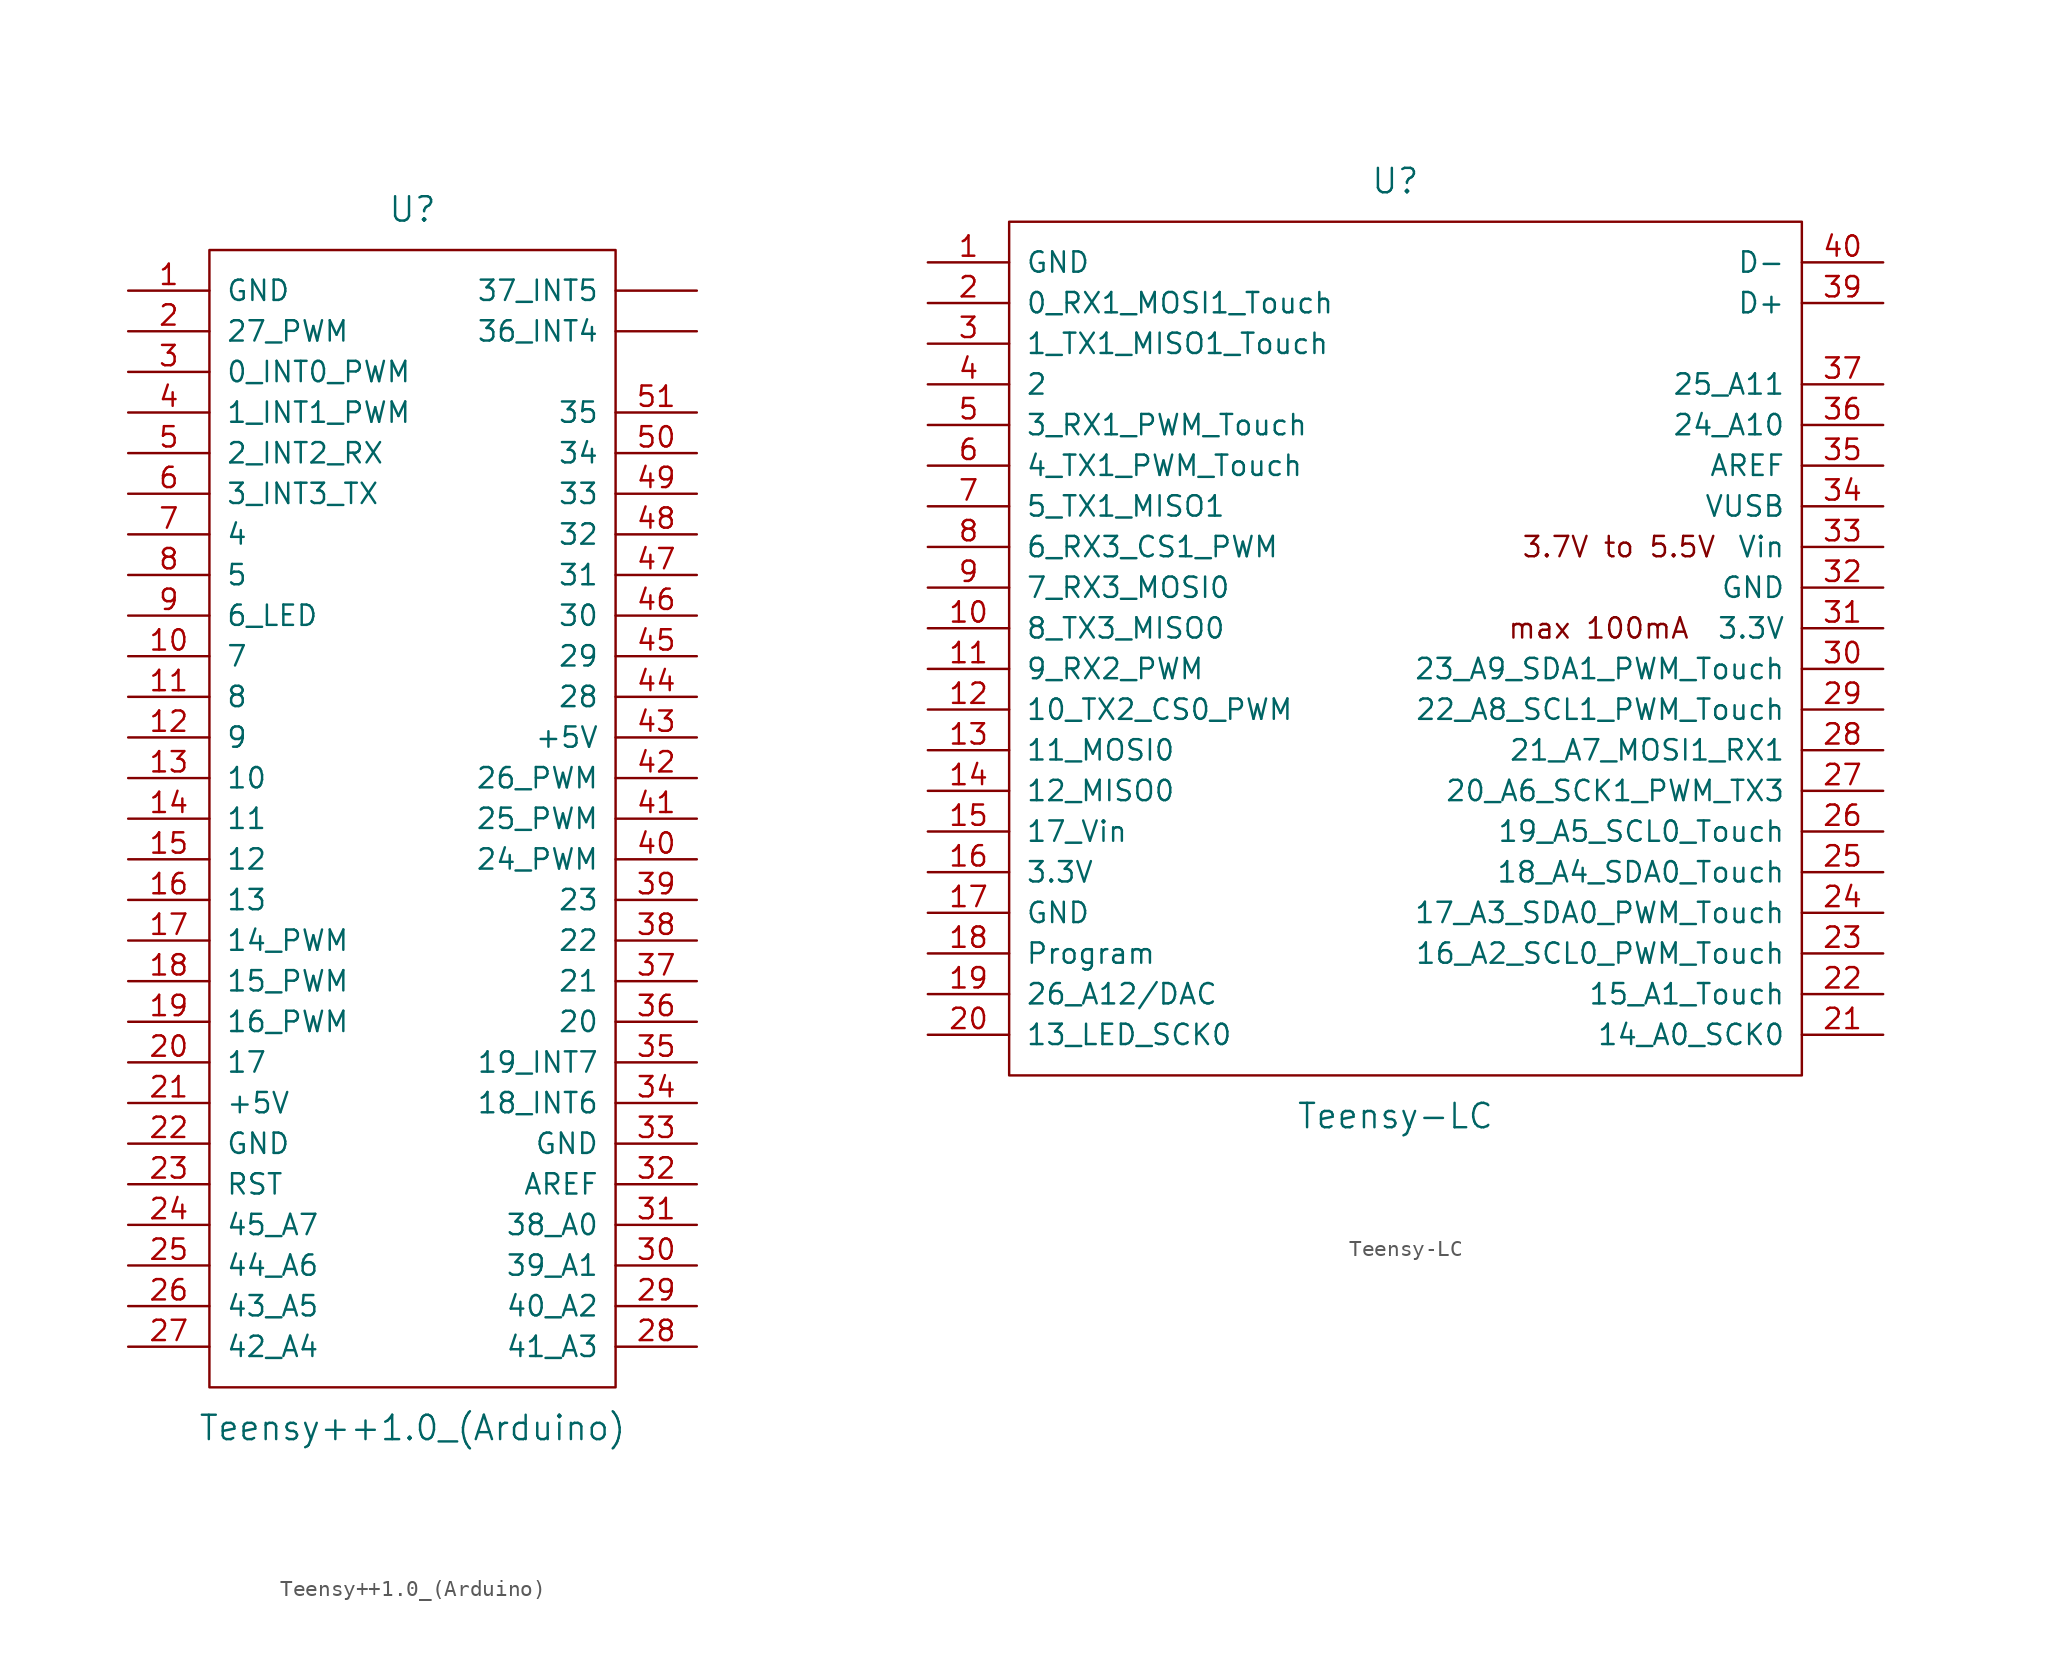
<source format=kicad_sym>
(kicad_symbol_lib
  (version 20241209)
  (generator "kicad_symbol_editor")
  (generator_version "9.0")
  (symbol "Teensy++1.0_(Arduino)"
    (pin_names
      (offset 1.016))
    (property "Reference" "U"
      (at 0 38.1 0)
      (effects (font (size 1.524 1.524))))
    (property "Value" "Teensy++1.0_(Arduino)"
      (at 0 -38.1 0)
      (effects (font (size 1.524 1.524))))
    (property "Footprint" ""
      (at 2.54 -20.32 0)
      (effects (font (size 1.524 1.524))))
    (property "Datasheet" ""
      (at 2.54 -20.32 0)
      (effects (font (size 1.524 1.524))))
    (symbol "Teensy++1.0_(Arduino)_0_1"
      (rectangle (start -12.7 35.56) (end 12.7 -35.56) (stroke (width 0) (type solid)) (fill (type none))))
    (symbol "Teensy++1.0_(Arduino)_1_1"
      (pin power_in line (at -17.78 33.02 0) (length 5.08) (name "GND" (effects (font (size 1.27 1.27)))) (number "1" (effects (font (size 1.27 1.27)))))
      (pin bidirectional line (at -17.78 30.48 0) (length 5.08) (name "27_PWM" (effects (font (size 1.27 1.27)))) (number "2" (effects (font (size 1.27 1.27)))))
      (pin bidirectional line (at -17.78 27.94 0) (length 5.08) (name "0_INT0_PWM" (effects (font (size 1.27 1.27)))) (number "3" (effects (font (size 1.27 1.27)))))
      (pin bidirectional line (at -17.78 25.4 0) (length 5.08) (name "1_INT1_PWM" (effects (font (size 1.27 1.27)))) (number "4" (effects (font (size 1.27 1.27)))))
      (pin bidirectional line (at -17.78 22.86 0) (length 5.08) (name "2_INT2_RX" (effects (font (size 1.27 1.27)))) (number "5" (effects (font (size 1.27 1.27)))))
      (pin bidirectional line (at -17.78 20.32 0) (length 5.08) (name "3_INT3_TX" (effects (font (size 1.27 1.27)))) (number "6" (effects (font (size 1.27 1.27)))))
      (pin bidirectional line (at -17.78 17.78 0) (length 5.08) (name "4" (effects (font (size 1.27 1.27)))) (number "7" (effects (font (size 1.27 1.27)))))
      (pin bidirectional line (at -17.78 15.24 0) (length 5.08) (name "5" (effects (font (size 1.27 1.27)))) (number "8" (effects (font (size 1.27 1.27)))))
      (pin bidirectional line (at -17.78 12.7 0) (length 5.08) (name "6_LED" (effects (font (size 1.27 1.27)))) (number "9" (effects (font (size 1.27 1.27)))))
      (pin bidirectional line (at -17.78 10.16 0) (length 5.08) (name "7" (effects (font (size 1.27 1.27)))) (number "10" (effects (font (size 1.27 1.27)))))
      (pin bidirectional line (at -17.78 7.62 0) (length 5.08) (name "8" (effects (font (size 1.27 1.27)))) (number "11" (effects (font (size 1.27 1.27)))))
      (pin bidirectional line (at -17.78 5.08 0) (length 5.08) (name "9" (effects (font (size 1.27 1.27)))) (number "12" (effects (font (size 1.27 1.27)))))
      (pin bidirectional line (at -17.78 2.54 0) (length 5.08) (name "10" (effects (font (size 1.27 1.27)))) (number "13" (effects (font (size 1.27 1.27)))))
      (pin bidirectional line (at -17.78 0 0) (length 5.08) (name "11" (effects (font (size 1.27 1.27)))) (number "14" (effects (font (size 1.27 1.27)))))
      (pin bidirectional line (at -17.78 -2.54 0) (length 5.08) (name "12" (effects (font (size 1.27 1.27)))) (number "15" (effects (font (size 1.27 1.27)))))
      (pin bidirectional line (at -17.78 -5.08 0) (length 5.08) (name "13" (effects (font (size 1.27 1.27)))) (number "16" (effects (font (size 1.27 1.27)))))
      (pin bidirectional line (at -17.78 -7.62 0) (length 5.08) (name "14_PWM" (effects (font (size 1.27 1.27)))) (number "17" (effects (font (size 1.27 1.27)))))
      (pin bidirectional line (at -17.78 -10.16 0) (length 5.08) (name "15_PWM" (effects (font (size 1.27 1.27)))) (number "18" (effects (font (size 1.27 1.27)))))
      (pin bidirectional line (at -17.78 -12.7 0) (length 5.08) (name "16_PWM" (effects (font (size 1.27 1.27)))) (number "19" (effects (font (size 1.27 1.27)))))
      (pin bidirectional line (at -17.78 -15.24 0) (length 5.08) (name "17" (effects (font (size 1.27 1.27)))) (number "20" (effects (font (size 1.27 1.27)))))
      (pin power_in line (at -17.78 -17.78 0) (length 5.08) (name "+5V" (effects (font (size 1.27 1.27)))) (number "21" (effects (font (size 1.27 1.27)))))
      (pin power_in line (at -17.78 -20.32 0) (length 5.08) (name "GND" (effects (font (size 1.27 1.27)))) (number "22" (effects (font (size 1.27 1.27)))))
      (pin input line (at -17.78 -22.86 0) (length 5.08) (name "RST" (effects (font (size 1.27 1.27)))) (number "23" (effects (font (size 1.27 1.27)))))
      (pin bidirectional line (at -17.78 -25.4 0) (length 5.08) (name "45_A7" (effects (font (size 1.27 1.27)))) (number "24" (effects (font (size 1.27 1.27)))))
      (pin bidirectional line (at -17.78 -27.94 0) (length 5.08) (name "44_A6" (effects (font (size 1.27 1.27)))) (number "25" (effects (font (size 1.27 1.27)))))
      (pin bidirectional line (at -17.78 -30.48 0) (length 5.08) (name "43_A5" (effects (font (size 1.27 1.27)))) (number "26" (effects (font (size 1.27 1.27)))))
      (pin bidirectional line (at -17.78 -33.02 0) (length 5.08) (name "42_A4" (effects (font (size 1.27 1.27)))) (number "27" (effects (font (size 1.27 1.27)))))
      (pin bidirectional line (at 17.78 33.02 180) (length 5.08) (name "37_INT5" (effects (font (size 1.27 1.27)))) (number "~" (effects (font (size 1.27 1.27)))))
      (pin bidirectional line (at 17.78 30.48 180) (length 5.08) (name "36_INT4" (effects (font (size 1.27 1.27)))) (number "~" (effects (font (size 1.27 1.27)))))
      (pin bidirectional line (at 17.78 25.4 180) (length 5.08) (name "35" (effects (font (size 1.27 1.27)))) (number "51" (effects (font (size 1.27 1.27)))))
      (pin bidirectional line (at 17.78 22.86 180) (length 5.08) (name "34" (effects (font (size 1.27 1.27)))) (number "50" (effects (font (size 1.27 1.27)))))
      (pin bidirectional line (at 17.78 20.32 180) (length 5.08) (name "33" (effects (font (size 1.27 1.27)))) (number "49" (effects (font (size 1.27 1.27)))))
      (pin bidirectional line (at 17.78 17.78 180) (length 5.08) (name "32" (effects (font (size 1.27 1.27)))) (number "48" (effects (font (size 1.27 1.27)))))
      (pin bidirectional line (at 17.78 15.24 180) (length 5.08) (name "31" (effects (font (size 1.27 1.27)))) (number "47" (effects (font (size 1.27 1.27)))))
      (pin bidirectional line (at 17.78 12.7 180) (length 5.08) (name "30" (effects (font (size 1.27 1.27)))) (number "46" (effects (font (size 1.27 1.27)))))
      (pin bidirectional line (at 17.78 10.16 180) (length 5.08) (name "29" (effects (font (size 1.27 1.27)))) (number "45" (effects (font (size 1.27 1.27)))))
      (pin bidirectional line (at 17.78 7.62 180) (length 5.08) (name "28" (effects (font (size 1.27 1.27)))) (number "44" (effects (font (size 1.27 1.27)))))
      (pin power_in line (at 17.78 5.08 180) (length 5.08) (name "+5V" (effects (font (size 1.27 1.27)))) (number "43" (effects (font (size 1.27 1.27)))))
      (pin bidirectional line (at 17.78 2.54 180) (length 5.08) (name "26_PWM" (effects (font (size 1.27 1.27)))) (number "42" (effects (font (size 1.27 1.27)))))
      (pin bidirectional line (at 17.78 0 180) (length 5.08) (name "25_PWM" (effects (font (size 1.27 1.27)))) (number "41" (effects (font (size 1.27 1.27)))))
      (pin bidirectional line (at 17.78 -2.54 180) (length 5.08) (name "24_PWM" (effects (font (size 1.27 1.27)))) (number "40" (effects (font (size 1.27 1.27)))))
      (pin bidirectional line (at 17.78 -5.08 180) (length 5.08) (name "23" (effects (font (size 1.27 1.27)))) (number "39" (effects (font (size 1.27 1.27)))))
      (pin bidirectional line (at 17.78 -7.62 180) (length 5.08) (name "22" (effects (font (size 1.27 1.27)))) (number "38" (effects (font (size 1.27 1.27)))))
      (pin bidirectional line (at 17.78 -10.16 180) (length 5.08) (name "21" (effects (font (size 1.27 1.27)))) (number "37" (effects (font (size 1.27 1.27)))))
      (pin bidirectional line (at 17.78 -12.7 180) (length 5.08) (name "20" (effects (font (size 1.27 1.27)))) (number "36" (effects (font (size 1.27 1.27)))))
      (pin bidirectional line (at 17.78 -15.24 180) (length 5.08) (name "19_INT7" (effects (font (size 1.27 1.27)))) (number "35" (effects (font (size 1.27 1.27)))))
      (pin bidirectional line (at 17.78 -17.78 180) (length 5.08) (name "18_INT6" (effects (font (size 1.27 1.27)))) (number "34" (effects (font (size 1.27 1.27)))))
      (pin power_in line (at 17.78 -20.32 180) (length 5.08) (name "GND" (effects (font (size 1.27 1.27)))) (number "33" (effects (font (size 1.27 1.27)))))
      (pin input line (at 17.78 -22.86 180) (length 5.08) (name "AREF" (effects (font (size 1.27 1.27)))) (number "32" (effects (font (size 1.27 1.27)))))
      (pin bidirectional line (at 17.78 -25.4 180) (length 5.08) (name "38_A0" (effects (font (size 1.27 1.27)))) (number "31" (effects (font (size 1.27 1.27)))))
      (pin bidirectional line (at 17.78 -27.94 180) (length 5.08) (name "39_A1" (effects (font (size 1.27 1.27)))) (number "30" (effects (font (size 1.27 1.27)))))
      (pin bidirectional line (at 17.78 -30.48 180) (length 5.08) (name "40_A2" (effects (font (size 1.27 1.27)))) (number "29" (effects (font (size 1.27 1.27)))))
      (pin bidirectional line (at 17.78 -33.02 180) (length 5.08) (name "41_A3" (effects (font (size 1.27 1.27)))) (number "28" (effects (font (size 1.27 1.27)))))))
  (symbol "Teensy-LC"
    (pin_names
      (offset 1.016))
    (property "Reference" "U"
      (at 0 29.21 0)
      (effects (font (size 1.524 1.524))))
    (property "Value" "Teensy-LC"
      (at 0 -29.21 0)
      (effects (font (size 1.524 1.524))))
    (property "Footprint" ""
      (at 0 -13.97 0)
      (effects (font (size 1.524 1.524))))
    (property "Datasheet" ""
      (at 0 -13.97 0)
      (effects (font (size 1.524 1.524))))
    (symbol "Teensy-LC_0_0"
      (text "max 100mA" (at 12.7 1.27 0) (effects (font (size 1.27 1.27))))
      (text "3.7V to 5.5V" (at 13.97 6.35 0) (effects (font (size 1.27 1.27)))))
    (symbol "Teensy-LC_0_1"
      (rectangle (start -24.13 26.67) (end 25.4 -26.67) (stroke (width 0) (type solid)) (fill (type none))))
    (symbol "Teensy-LC_1_1"
      (pin power_in line (at -29.21 24.13 0) (length 5.08) (name "GND" (effects (font (size 1.27 1.27)))) (number "1" (effects (font (size 1.27 1.27)))))
      (pin bidirectional line (at -29.21 21.59 0) (length 5.08) (name "0_RX1_MOSI1_Touch" (effects (font (size 1.27 1.27)))) (number "2" (effects (font (size 1.27 1.27)))))
      (pin bidirectional line (at -29.21 19.05 0) (length 5.08) (name "1_TX1_MISO1_Touch" (effects (font (size 1.27 1.27)))) (number "3" (effects (font (size 1.27 1.27)))))
      (pin bidirectional line (at -29.21 16.51 0) (length 5.08) (name "2" (effects (font (size 1.27 1.27)))) (number "4" (effects (font (size 1.27 1.27)))))
      (pin bidirectional line (at -29.21 13.97 0) (length 5.08) (name "3_RX1_PWM_Touch" (effects (font (size 1.27 1.27)))) (number "5" (effects (font (size 1.27 1.27)))))
      (pin bidirectional line (at -29.21 11.43 0) (length 5.08) (name "4_TX1_PWM_Touch" (effects (font (size 1.27 1.27)))) (number "6" (effects (font (size 1.27 1.27)))))
      (pin bidirectional line (at -29.21 8.89 0) (length 5.08) (name "5_TX1_MISO1" (effects (font (size 1.27 1.27)))) (number "7" (effects (font (size 1.27 1.27)))))
      (pin bidirectional line (at -29.21 6.35 0) (length 5.08) (name "6_RX3_CS1_PWM" (effects (font (size 1.27 1.27)))) (number "8" (effects (font (size 1.27 1.27)))))
      (pin bidirectional line (at -29.21 3.81 0) (length 5.08) (name "7_RX3_MOSI0" (effects (font (size 1.27 1.27)))) (number "9" (effects (font (size 1.27 1.27)))))
      (pin bidirectional line (at -29.21 1.27 0) (length 5.08) (name "8_TX3_MISO0" (effects (font (size 1.27 1.27)))) (number "10" (effects (font (size 1.27 1.27)))))
      (pin bidirectional line (at -29.21 -1.27 0) (length 5.08) (name "9_RX2_PWM" (effects (font (size 1.27 1.27)))) (number "11" (effects (font (size 1.27 1.27)))))
      (pin bidirectional line (at -29.21 -3.81 0) (length 5.08) (name "10_TX2_CS0_PWM" (effects (font (size 1.27 1.27)))) (number "12" (effects (font (size 1.27 1.27)))))
      (pin bidirectional line (at -29.21 -6.35 0) (length 5.08) (name "11_MOSI0" (effects (font (size 1.27 1.27)))) (number "13" (effects (font (size 1.27 1.27)))))
      (pin bidirectional line (at -29.21 -8.89 0) (length 5.08) (name "12_MISO0" (effects (font (size 1.27 1.27)))) (number "14" (effects (font (size 1.27 1.27)))))
      (pin output line (at -29.21 -11.43 0) (length 5.08) (name "17_Vin" (effects (font (size 1.27 1.27)))) (number "15" (effects (font (size 1.27 1.27)))))
      (pin power_in line (at -29.21 -13.97 0) (length 5.08) (name "3.3V" (effects (font (size 1.27 1.27)))) (number "16" (effects (font (size 1.27 1.27)))))
      (pin power_in line (at -29.21 -16.51 0) (length 5.08) (name "GND" (effects (font (size 1.27 1.27)))) (number "17" (effects (font (size 1.27 1.27)))))
      (pin input line (at -29.21 -19.05 0) (length 5.08) (name "Program" (effects (font (size 1.27 1.27)))) (number "18" (effects (font (size 1.27 1.27)))))
      (pin bidirectional line (at -29.21 -21.59 0) (length 5.08) (name "26_A12/DAC" (effects (font (size 1.27 1.27)))) (number "19" (effects (font (size 1.27 1.27)))))
      (pin bidirectional line (at -29.21 -24.13 0) (length 5.08) (name "13_LED_SCK0" (effects (font (size 1.27 1.27)))) (number "20" (effects (font (size 1.27 1.27)))))
      (pin bidirectional line (at 30.48 24.13 180) (length 5.08) (name "D-" (effects (font (size 1.27 1.27)))) (number "40" (effects (font (size 1.27 1.27)))))
      (pin bidirectional line (at 30.48 21.59 180) (length 5.08) (name "D+" (effects (font (size 1.27 1.27)))) (number "39" (effects (font (size 1.27 1.27)))))
      (pin bidirectional line (at 30.48 16.51 180) (length 5.08) (name "25_A11" (effects (font (size 1.27 1.27)))) (number "37" (effects (font (size 1.27 1.27)))))
      (pin bidirectional line (at 30.48 13.97 180) (length 5.08) (name "24_A10" (effects (font (size 1.27 1.27)))) (number "36" (effects (font (size 1.27 1.27)))))
      (pin input line (at 30.48 11.43 180) (length 5.08) (name "AREF" (effects (font (size 1.27 1.27)))) (number "35" (effects (font (size 1.27 1.27)))))
      (pin power_in line (at 30.48 8.89 180) (length 5.08) (name "VUSB" (effects (font (size 1.27 1.27)))) (number "34" (effects (font (size 1.27 1.27)))))
      (pin power_in line (at 30.48 6.35 180) (length 5.08) (name "Vin" (effects (font (size 1.27 1.27)))) (number "33" (effects (font (size 1.27 1.27)))))
      (pin power_in line (at 30.48 3.81 180) (length 5.08) (name "GND" (effects (font (size 1.27 1.27)))) (number "32" (effects (font (size 1.27 1.27)))))
      (pin power_out line (at 30.48 1.27 180) (length 5.08) (name "3.3V" (effects (font (size 1.27 1.27)))) (number "31" (effects (font (size 1.27 1.27)))))
      (pin bidirectional line (at 30.48 -1.27 180) (length 5.08) (name "23_A9_SDA1_PWM_Touch" (effects (font (size 1.27 1.27)))) (number "30" (effects (font (size 1.27 1.27)))))
      (pin bidirectional line (at 30.48 -3.81 180) (length 5.08) (name "22_A8_SCL1_PWM_Touch" (effects (font (size 1.27 1.27)))) (number "29" (effects (font (size 1.27 1.27)))))
      (pin bidirectional line (at 30.48 -6.35 180) (length 5.08) (name "21_A7_MOSI1_RX1" (effects (font (size 1.27 1.27)))) (number "28" (effects (font (size 1.27 1.27)))))
      (pin bidirectional line (at 30.48 -8.89 180) (length 5.08) (name "20_A6_SCK1_PWM_TX3" (effects (font (size 1.27 1.27)))) (number "27" (effects (font (size 1.27 1.27)))))
      (pin bidirectional line (at 30.48 -11.43 180) (length 5.08) (name "19_A5_SCL0_Touch" (effects (font (size 1.27 1.27)))) (number "26" (effects (font (size 1.27 1.27)))))
      (pin bidirectional line (at 30.48 -13.97 180) (length 5.08) (name "18_A4_SDA0_Touch" (effects (font (size 1.27 1.27)))) (number "25" (effects (font (size 1.27 1.27)))))
      (pin bidirectional line (at 30.48 -16.51 180) (length 5.08) (name "17_A3_SDA0_PWM_Touch" (effects (font (size 1.27 1.27)))) (number "24" (effects (font (size 1.27 1.27)))))
      (pin bidirectional line (at 30.48 -19.05 180) (length 5.08) (name "16_A2_SCL0_PWM_Touch" (effects (font (size 1.27 1.27)))) (number "23" (effects (font (size 1.27 1.27)))))
      (pin bidirectional line (at 30.48 -21.59 180) (length 5.08) (name "15_A1_Touch" (effects (font (size 1.27 1.27)))) (number "22" (effects (font (size 1.27 1.27)))))
      (pin bidirectional line (at 30.48 -24.13 180) (length 5.08) (name "14_A0_SCK0" (effects (font (size 1.27 1.27)))) (number "21" (effects (font (size 1.27 1.27))))))))
</source>
